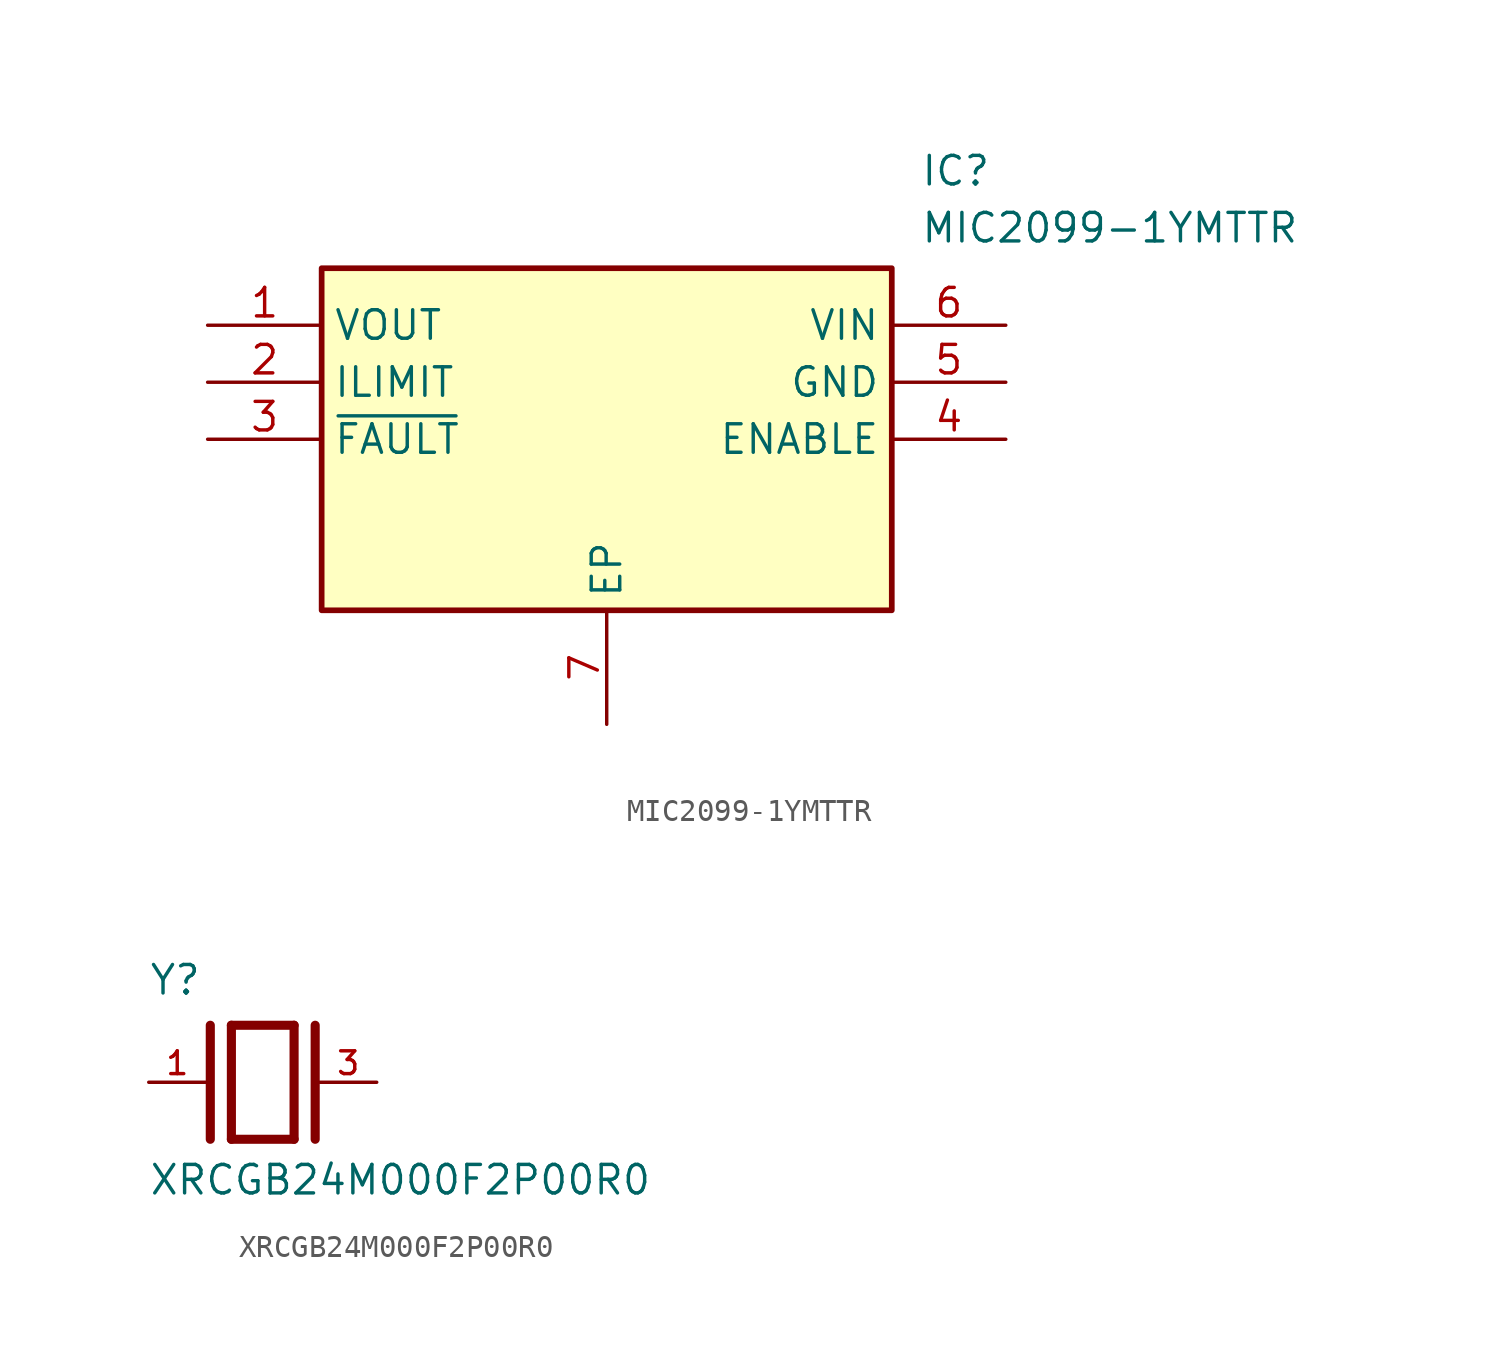
<source format=kicad_sym>
(kicad_symbol_lib
  (version 20231120)
  (generator "kicad_symbol_editor")
  (generator_version "8.0")
  (symbol "MIC2099-1YMTTR"
    (property "Reference" "IC"
      (at 31.75 7.62 0)
      (effects (font (size 1.27 1.27)) (justify left top)))
    (property "Value" "MIC2099-1YMTTR"
      (at 31.75 5.08 0)
      (effects (font (size 1.27 1.27)) (justify left top)))
    (symbol "MIC2099-1YMTTR_1_1"
      (rectangle (start 5.08 2.54) (end 30.48 -12.7) (stroke (width 0.254) (type default)) (fill (type background)))
      (pin passive line (at 0 0 0) (length 5.08) (name "VOUT" (effects (font (size 1.27 1.27)))) (number "1" (effects (font (size 1.27 1.27)))))
      (pin passive line (at 0 -2.54 0) (length 5.08) (name "ILIMIT" (effects (font (size 1.27 1.27)))) (number "2" (effects (font (size 1.27 1.27)))))
      (pin passive line (at 0 -5.08 0) (length 5.08) (name "~{FAULT}" (effects (font (size 1.27 1.27)))) (number "3" (effects (font (size 1.27 1.27)))))
      (pin passive line (at 35.56 -5.08 180) (length 5.08) (name "ENABLE" (effects (font (size 1.27 1.27)))) (number "4" (effects (font (size 1.27 1.27)))))
      (pin passive line (at 35.56 -2.54 180) (length 5.08) (name "GND" (effects (font (size 1.27 1.27)))) (number "5" (effects (font (size 1.27 1.27)))))
      (pin passive line (at 35.56 0 180) (length 5.08) (name "VIN" (effects (font (size 1.27 1.27)))) (number "6" (effects (font (size 1.27 1.27)))))
      (pin passive line (at 17.78 -17.78 90) (length 5.08) (name "EP" (effects (font (size 1.27 1.27)))) (number "7" (effects (font (size 1.27 1.27)))))))
  (symbol "XRCGB24M000F2P00R0"
    (pin_names
      (offset 1.016))
    (property "Reference" "Y"
      (at -5.088 3.816 0)
      (effects (font (size 1.27 1.27)) (justify left bottom)))
    (property "Value" "XRCGB24M000F2P00R0"
      (at -5.094 -5.094 0)
      (effects (font (size 1.27 1.27)) (justify left bottom)))
    (symbol "XRCGB24M000F2P00R0_0_0"
      (polyline (pts (xy -2.337 2.54) (xy -2.337 -2.54)) (stroke (width 0.406) (type default)) (fill (type none)))
      (polyline (pts (xy -1.397 2.54) (xy -1.397 -2.54)) (stroke (width 0.406) (type default)) (fill (type none)))
      (polyline (pts (xy -1.397 2.54) (xy 1.397 2.54)) (stroke (width 0.406) (type default)) (fill (type none)))
      (polyline (pts (xy 1.397 -2.54) (xy -1.397 -2.54)) (stroke (width 0.406) (type default)) (fill (type none)))
      (polyline (pts (xy 1.397 2.54) (xy 1.397 -2.54)) (stroke (width 0.406) (type default)) (fill (type none)))
      (polyline (pts (xy 2.337 2.54) (xy 2.337 -2.54)) (stroke (width 0.406) (type default)) (fill (type none)))
      (pin passive line (at -5.08 0 0) (length 2.54) (name "~" (effects (font (size 1.016 1.016)))) (number "1" (effects (font (size 1.016 1.016)))))
      (pin passive line (at 5.08 0 180) (length 2.54) (name "~" (effects (font (size 1.016 1.016)))) (number "3" (effects (font (size 1.016 1.016))))))))
</source>
